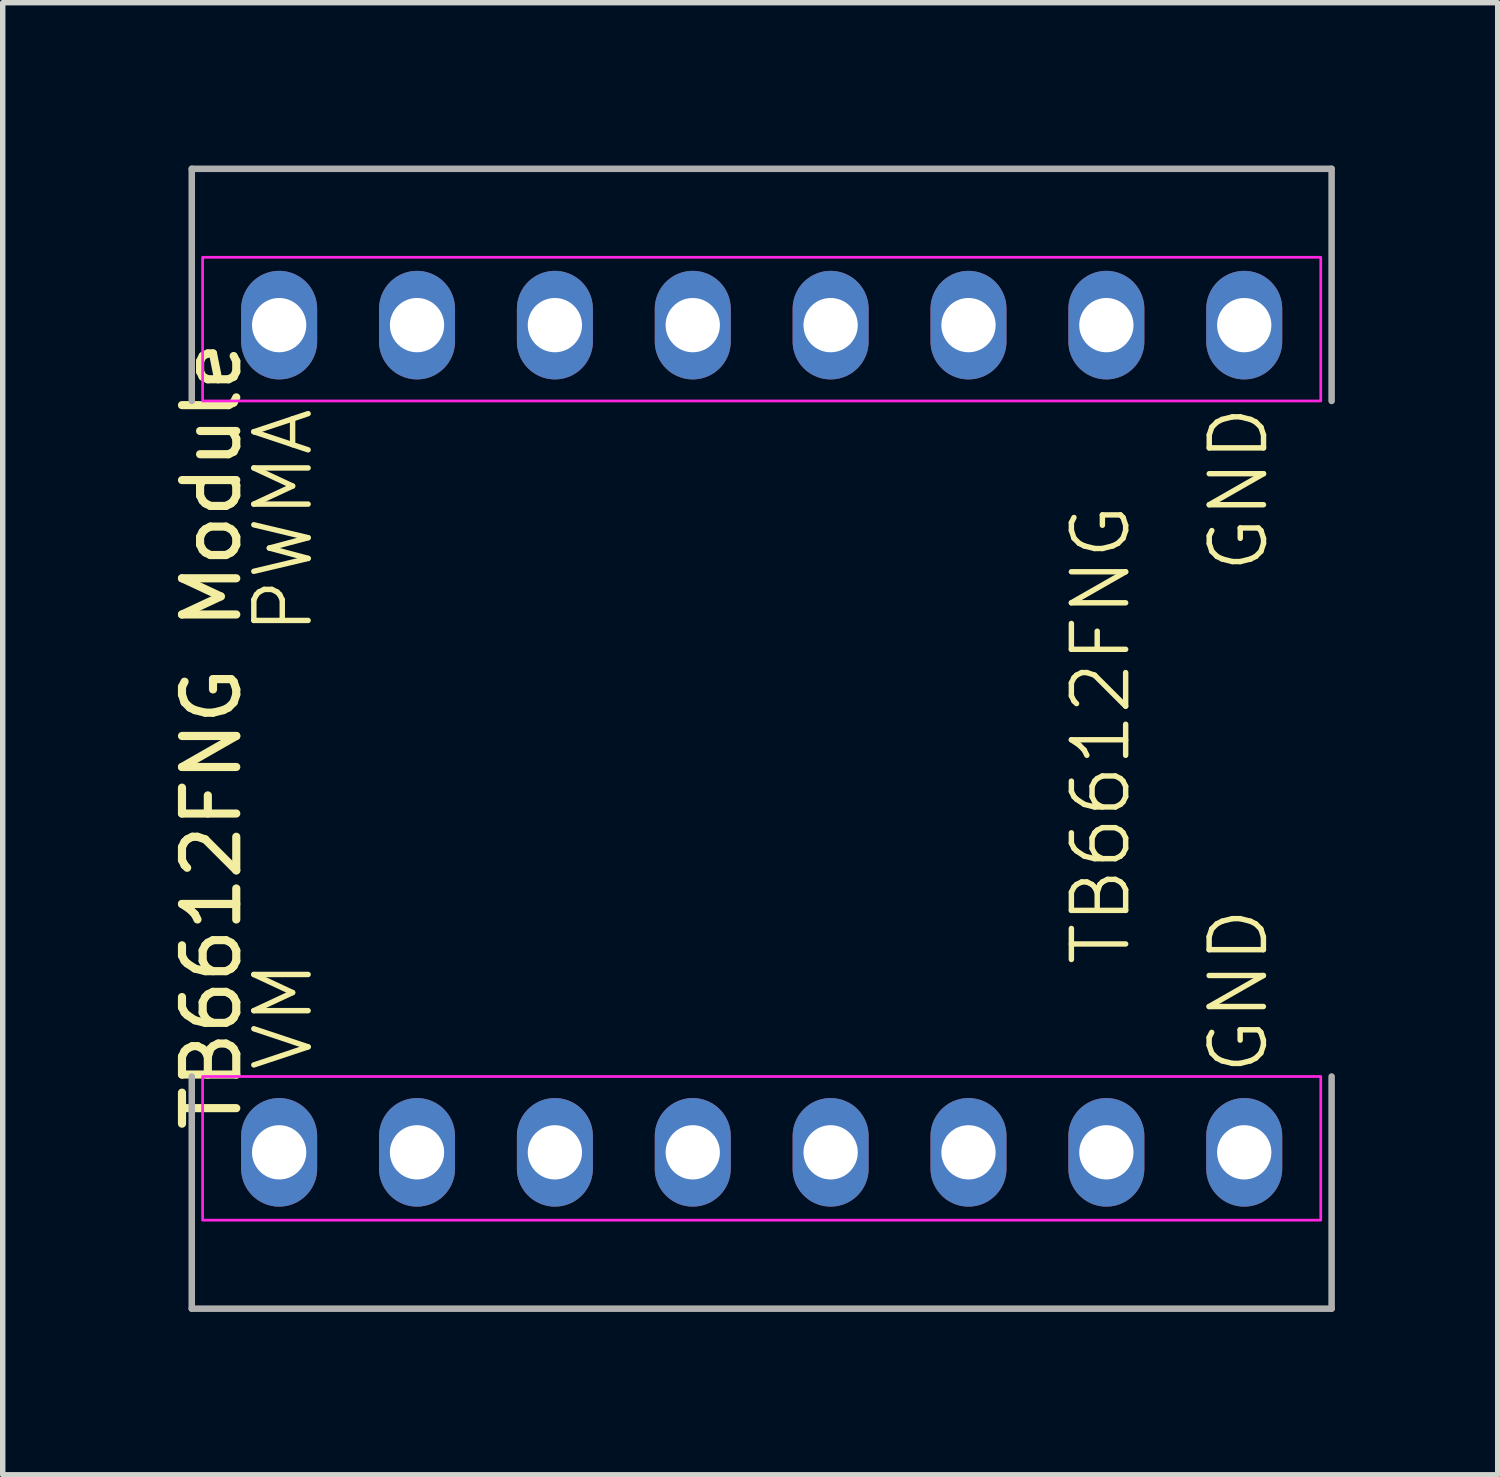
<source format=kicad_pcb>
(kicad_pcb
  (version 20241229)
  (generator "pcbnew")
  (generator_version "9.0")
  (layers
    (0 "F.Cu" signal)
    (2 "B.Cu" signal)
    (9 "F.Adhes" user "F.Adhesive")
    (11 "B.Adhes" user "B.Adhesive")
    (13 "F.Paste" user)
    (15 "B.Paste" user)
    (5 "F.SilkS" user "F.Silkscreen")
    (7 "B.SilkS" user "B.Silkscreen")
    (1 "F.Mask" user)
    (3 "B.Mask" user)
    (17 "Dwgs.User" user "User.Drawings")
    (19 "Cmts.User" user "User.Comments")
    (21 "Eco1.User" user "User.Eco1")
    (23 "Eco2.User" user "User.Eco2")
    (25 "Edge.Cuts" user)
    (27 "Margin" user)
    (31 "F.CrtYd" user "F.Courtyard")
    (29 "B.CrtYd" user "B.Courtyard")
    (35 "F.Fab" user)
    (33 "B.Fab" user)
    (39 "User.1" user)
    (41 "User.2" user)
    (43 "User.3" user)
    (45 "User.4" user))
  (footprint "TB6612FNG Module"
    (layer "F.Cu")
    (at 10.983 10.56)
    (property "Reference" "TB6612FNG Module" (at -10.135 -0.051 90) (layer "F.SilkS") (effects (font (size 1 1) (thickness 0.15))))
    (attr through_hole)
    (fp_rect (start -10.3 -8.87) (end 10.3 -6.223) (stroke (width 0.05) (type default)) (fill no) (layer "F.CrtYd"))
    (fp_rect (start -10.3 8.87) (end 10.3 6.223) (stroke (width 0.05) (type default)) (fill no) (layer "F.CrtYd"))
    (fp_line (start -10.5 -6.223) (end -10.5 -10.5) (stroke (width 0.12) (type default)) (layer "F.Fab"))
    (fp_line (start -10.5 10.5) (end -10.5 6.223) (stroke (width 0.12) (type default)) (layer "F.Fab"))
    (fp_line (start -10.5 10.5) (end 10.5 10.5) (stroke (width 0.12) (type default)) (layer "F.Fab"))
    (fp_line (start 10.5 -10.5) (end -10.5 -10.5) (stroke (width 0.12) (type default)) (layer "F.Fab"))
    (fp_line (start 10.5 -10.5) (end 10.5 -6.223) (stroke (width 0.12) (type default)) (layer "F.Fab"))
    (fp_line (start 10.5 10.5) (end 10.5 6.223) (stroke (width 0.12) (type default)) (layer "F.Fab"))
    (fp_text user "GND" (at 8.788 -4.597 90) (unlocked yes) (layer "F.SilkS") (effects (font (size 1 1) (thickness 0.1))))
    (fp_text user "TB6612FNG" (at 6.248 -0.076 90) (unlocked yes) (layer "F.SilkS") (effects (font (size 1 1) (thickness 0.1))))
    (fp_text user "PWMA" (at -8.814 -4.013 90) (unlocked yes) (layer "F.SilkS") (effects (font (size 1 1) (thickness 0.1))))
    (fp_text user "VM" (at -8.814 5.105 90) (unlocked yes) (layer "F.SilkS") (effects (font (size 1 1) (thickness 0.1))))
    (fp_text user "GND" (at 8.786 4.648 90) (unlocked yes) (layer "F.SilkS") (effects (font (size 1 1) (thickness 0.1))))
    (pad "1" thru_hole oval (at -8.89 7.62) (size 1.4 2) (drill 1) (layers "*.Cu" "*.Mask"))
    (pad "2" thru_hole oval (at -6.35 7.62) (size 1.4 2) (drill 1) (layers "*.Cu" "*.Mask"))
    (pad "3" thru_hole oval (at -3.81 7.62) (size 1.4 2) (drill 1) (layers "*.Cu" "*.Mask"))
    (pad "4" thru_hole oval (at -1.27 7.62) (size 1.4 2) (drill 1) (layers "*.Cu" "*.Mask"))
    (pad "5" thru_hole oval (at 1.27 7.62) (size 1.4 2) (drill 1) (layers "*.Cu" "*.Mask"))
    (pad "6" thru_hole oval (at 3.81 7.62) (size 1.4 2) (drill 1) (layers "*.Cu" "*.Mask"))
    (pad "7" thru_hole oval (at 6.35 7.62) (size 1.4 2) (drill 1) (layers "*.Cu" "*.Mask"))
    (pad "8" thru_hole oval (at 8.89 7.62) (size 1.4 2) (drill 1) (layers "*.Cu" "*.Mask"))
    (pad "9" thru_hole oval (at 8.89 -7.62) (size 1.4 2) (drill 1) (layers "*.Cu" "*.Mask"))
    (pad "10" thru_hole oval (at 6.35 -7.62) (size 1.4 2) (drill 1) (layers "*.Cu" "*.Mask"))
    (pad "11" thru_hole oval (at 3.81 -7.62) (size 1.4 2) (drill 1) (layers "*.Cu" "*.Mask"))
    (pad "12" thru_hole oval (at 1.27 -7.62) (size 1.4 2) (drill 1) (layers "*.Cu" "*.Mask"))
    (pad "13" thru_hole oval (at -1.27 -7.62) (size 1.4 2) (drill 1) (layers "*.Cu" "*.Mask"))
    (pad "14" thru_hole oval (at -3.81 -7.62) (size 1.4 2) (drill 1) (layers "*.Cu" "*.Mask"))
    (pad "15" thru_hole oval (at -6.35 -7.62) (size 1.4 2) (drill 1) (layers "*.Cu" "*.Mask"))
    (pad "16" thru_hole oval (at -8.89 -7.62) (size 1.4 2) (drill 1) (layers "*.Cu" "*.Mask")))
  (gr_rect
    (start -3 -3)
    (end 24.543 24.12)
    (stroke (width 0.1) (type default))
    (fill no)
    (layer "Edge.Cuts")))
</source>
